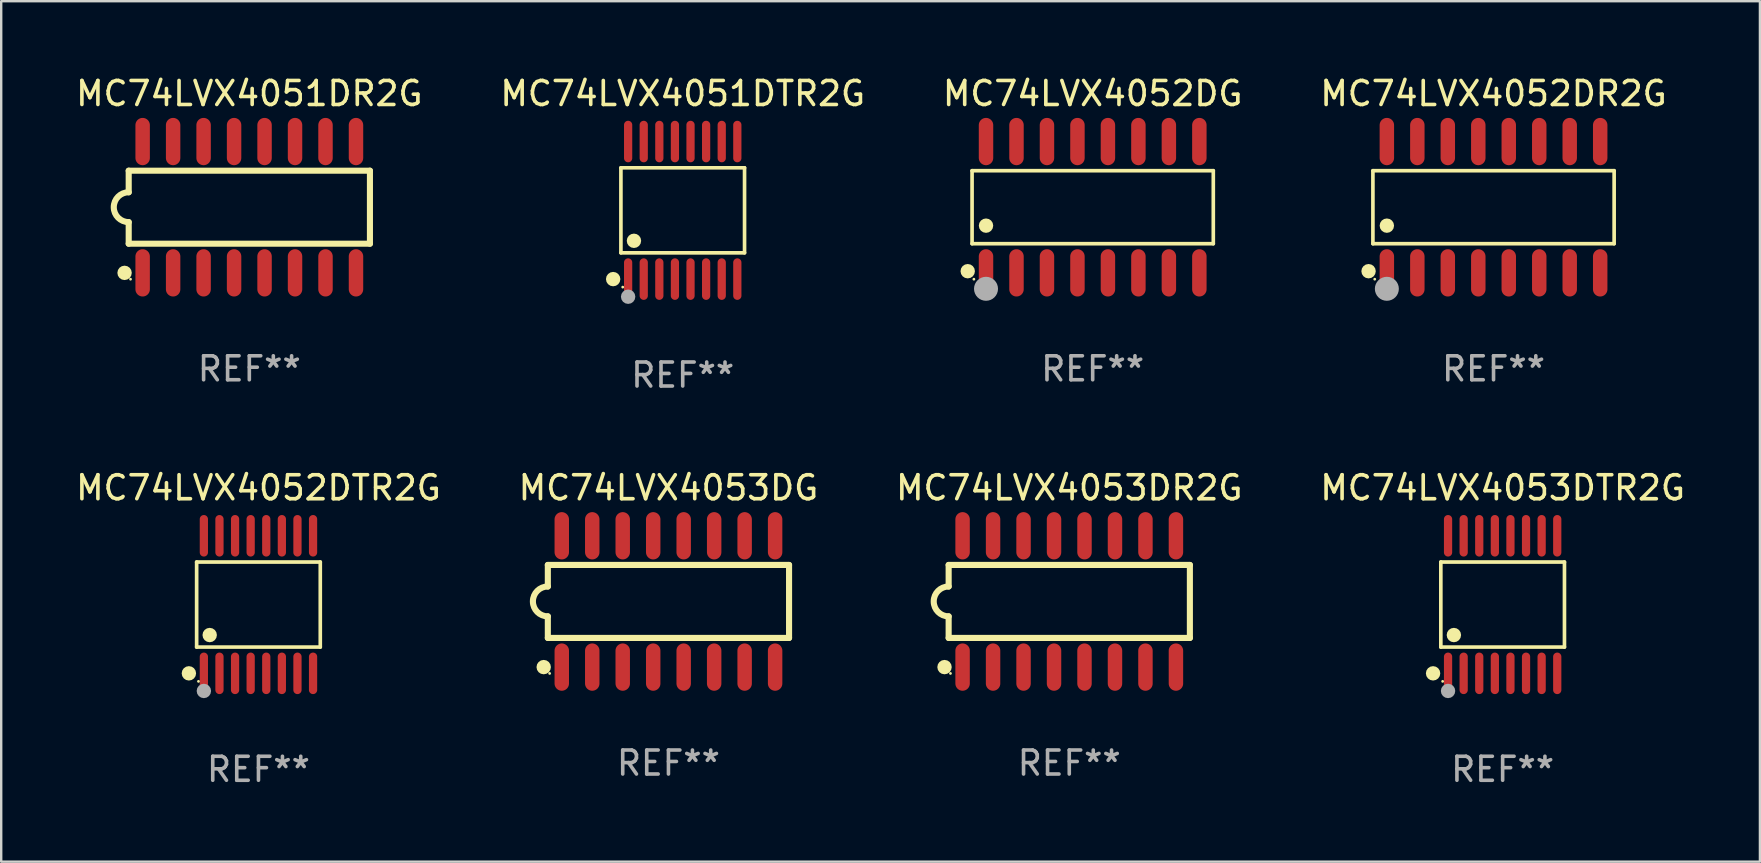
<source format=kicad_pcb>
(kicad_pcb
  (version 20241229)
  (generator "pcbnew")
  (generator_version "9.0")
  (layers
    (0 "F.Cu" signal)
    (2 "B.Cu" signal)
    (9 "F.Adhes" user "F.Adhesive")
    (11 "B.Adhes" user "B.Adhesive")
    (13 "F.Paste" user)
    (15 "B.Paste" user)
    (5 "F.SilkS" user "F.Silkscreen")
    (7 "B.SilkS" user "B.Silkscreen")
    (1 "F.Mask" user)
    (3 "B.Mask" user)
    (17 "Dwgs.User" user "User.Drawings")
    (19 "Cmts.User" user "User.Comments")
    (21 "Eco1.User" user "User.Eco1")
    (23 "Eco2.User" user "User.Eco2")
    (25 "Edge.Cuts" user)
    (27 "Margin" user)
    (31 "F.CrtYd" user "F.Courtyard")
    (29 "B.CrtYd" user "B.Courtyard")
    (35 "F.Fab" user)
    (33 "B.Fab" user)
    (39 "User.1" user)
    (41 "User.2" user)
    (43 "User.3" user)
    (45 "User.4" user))
  (footprint "MC74LVX4051DR2G"
    (layer "F.Cu")
    (at 7.339 5.584)
    (property "Reference" "MC74LVX4051DR2G" (at 0 -4.736 0) (layer "F.SilkS") (effects (font (size 1 1) (thickness 0.15))))
    (attr through_hole)
    (fp_line (start -5.026 -1.521) (end -5.026 -0.621) (stroke (width 0.254) (type solid)) (layer "F.SilkS"))
    (fp_line (start -5.026 -1.521) (end 5.026 -1.521) (stroke (width 0.254) (type solid)) (layer "F.SilkS"))
    (fp_line (start -5.026 1.521) (end -5.026 0.621) (stroke (width 0.254) (type solid)) (layer "F.SilkS"))
    (fp_line (start 5.026 -1.521) (end 5.026 1.521) (stroke (width 0.254) (type solid)) (layer "F.SilkS"))
    (fp_line (start 5.026 1.521) (end -5.026 1.521) (stroke (width 0.254) (type solid)) (layer "F.SilkS"))
    (fp_arc (start -5.026187 0.621387) (mid -5.647752 -0.000787) (end -5.025781 -0.622555) (stroke (width 0.254001) (type solid)) (layer "F.SilkS"))
    (fp_circle (center -5.198 2.736) (end -5.048 2.736) (stroke (width 0.3) (type solid)) (fill no) (layer "F.SilkS"))
    (fp_circle (center -4.95 3) (end -4.92 3) (stroke (width 0.06) (type solid)) (fill no) (layer "F.SilkS"))
    (fp_text user "REF**" (at 0 6.736 0) (layer "F.Fab") (effects (font (size 1 1) (thickness 0.15))))
    (pad "1" smd oval (at -4.445 2.736) (size 0.602 1.971) (layers "F.Cu" "F.Mask" "F.Paste"))
    (pad "2" smd oval (at -3.175 2.736) (size 0.602 1.971) (layers "F.Cu" "F.Mask" "F.Paste"))
    (pad "3" smd oval (at -1.905 2.736) (size 0.602 1.971) (layers "F.Cu" "F.Mask" "F.Paste"))
    (pad "4" smd oval (at -0.635 2.736) (size 0.602 1.971) (layers "F.Cu" "F.Mask" "F.Paste"))
    (pad "5" smd oval (at 0.635 2.736) (size 0.602 1.971) (layers "F.Cu" "F.Mask" "F.Paste"))
    (pad "6" smd oval (at 1.905 2.736) (size 0.602 1.971) (layers "F.Cu" "F.Mask" "F.Paste"))
    (pad "7" smd oval (at 3.175 2.736) (size 0.602 1.971) (layers "F.Cu" "F.Mask" "F.Paste"))
    (pad "8" smd oval (at 4.445 2.736) (size 0.602 1.971) (layers "F.Cu" "F.Mask" "F.Paste"))
    (pad "9" smd oval (at 4.445 -2.736) (size 0.602 1.971) (layers "F.Cu" "F.Mask" "F.Paste"))
    (pad "10" smd oval (at 3.175 -2.736) (size 0.602 1.971) (layers "F.Cu" "F.Mask" "F.Paste"))
    (pad "11" smd oval (at 1.905 -2.736) (size 0.602 1.971) (layers "F.Cu" "F.Mask" "F.Paste"))
    (pad "12" smd oval (at 0.635 -2.736) (size 0.602 1.971) (layers "F.Cu" "F.Mask" "F.Paste"))
    (pad "13" smd oval (at -0.635 -2.736) (size 0.602 1.971) (layers "F.Cu" "F.Mask" "F.Paste"))
    (pad "14" smd oval (at -1.905 -2.736) (size 0.602 1.971) (layers "F.Cu" "F.Mask" "F.Paste"))
    (pad "15" smd oval (at -3.175 -2.736) (size 0.602 1.971) (layers "F.Cu" "F.Mask" "F.Paste"))
    (pad "16" smd oval (at -4.445 -2.736) (size 0.602 1.971) (layers "F.Cu" "F.Mask" "F.Paste")))
  (footprint "MC74LVX4053DR2G"
    (layer "F.Cu")
    (at 41.506 22.012)
    (property "Reference" "MC74LVX4053DR2G" (at 0 -4.736 0) (layer "F.SilkS") (effects (font (size 1 1) (thickness 0.15))))
    (attr through_hole)
    (fp_line (start -5.026 -1.521) (end -5.026 -0.621) (stroke (width 0.254) (type solid)) (layer "F.SilkS"))
    (fp_line (start -5.026 -1.521) (end 5.026 -1.521) (stroke (width 0.254) (type solid)) (layer "F.SilkS"))
    (fp_line (start -5.026 1.521) (end -5.026 0.621) (stroke (width 0.254) (type solid)) (layer "F.SilkS"))
    (fp_line (start 5.026 -1.521) (end 5.026 1.521) (stroke (width 0.254) (type solid)) (layer "F.SilkS"))
    (fp_line (start 5.026 1.521) (end -5.026 1.521) (stroke (width 0.254) (type solid)) (layer "F.SilkS"))
    (fp_arc (start -5.026187 0.621387) (mid -5.647752 -0.000787) (end -5.025781 -0.622555) (stroke (width 0.254001) (type solid)) (layer "F.SilkS"))
    (fp_circle (center -5.198 2.736) (end -5.048 2.736) (stroke (width 0.3) (type solid)) (fill no) (layer "F.SilkS"))
    (fp_circle (center -4.95 3) (end -4.92 3) (stroke (width 0.06) (type solid)) (fill no) (layer "F.SilkS"))
    (fp_text user "REF**" (at 0 6.736 0) (layer "F.Fab") (effects (font (size 1 1) (thickness 0.15))))
    (pad "1" smd oval (at -4.445 2.736) (size 0.602 1.971) (layers "F.Cu" "F.Mask" "F.Paste"))
    (pad "2" smd oval (at -3.175 2.736) (size 0.602 1.971) (layers "F.Cu" "F.Mask" "F.Paste"))
    (pad "3" smd oval (at -1.905 2.736) (size 0.602 1.971) (layers "F.Cu" "F.Mask" "F.Paste"))
    (pad "4" smd oval (at -0.635 2.736) (size 0.602 1.971) (layers "F.Cu" "F.Mask" "F.Paste"))
    (pad "5" smd oval (at 0.635 2.736) (size 0.602 1.971) (layers "F.Cu" "F.Mask" "F.Paste"))
    (pad "6" smd oval (at 1.905 2.736) (size 0.602 1.971) (layers "F.Cu" "F.Mask" "F.Paste"))
    (pad "7" smd oval (at 3.175 2.736) (size 0.602 1.971) (layers "F.Cu" "F.Mask" "F.Paste"))
    (pad "8" smd oval (at 4.445 2.736) (size 0.602 1.971) (layers "F.Cu" "F.Mask" "F.Paste"))
    (pad "9" smd oval (at 4.445 -2.736) (size 0.602 1.971) (layers "F.Cu" "F.Mask" "F.Paste"))
    (pad "10" smd oval (at 3.175 -2.736) (size 0.602 1.971) (layers "F.Cu" "F.Mask" "F.Paste"))
    (pad "11" smd oval (at 1.905 -2.736) (size 0.602 1.971) (layers "F.Cu" "F.Mask" "F.Paste"))
    (pad "12" smd oval (at 0.635 -2.736) (size 0.602 1.971) (layers "F.Cu" "F.Mask" "F.Paste"))
    (pad "13" smd oval (at -0.635 -2.736) (size 0.602 1.971) (layers "F.Cu" "F.Mask" "F.Paste"))
    (pad "14" smd oval (at -1.905 -2.736) (size 0.602 1.971) (layers "F.Cu" "F.Mask" "F.Paste"))
    (pad "15" smd oval (at -3.175 -2.736) (size 0.602 1.971) (layers "F.Cu" "F.Mask" "F.Paste"))
    (pad "16" smd oval (at -4.445 -2.736) (size 0.602 1.971) (layers "F.Cu" "F.Mask" "F.Paste")))
  (footprint "MC74LVX4053DG"
    (layer "F.Cu")
    (at 24.804 22.012)
    (property "Reference" "MC74LVX4053DG" (at 0 -4.736 0) (layer "F.SilkS") (effects (font (size 1 1) (thickness 0.15))))
    (attr through_hole)
    (fp_line (start -5.026 -1.521) (end -5.026 -0.621) (stroke (width 0.254) (type solid)) (layer "F.SilkS"))
    (fp_line (start -5.026 -1.521) (end 5.026 -1.521) (stroke (width 0.254) (type solid)) (layer "F.SilkS"))
    (fp_line (start -5.026 1.521) (end -5.026 0.621) (stroke (width 0.254) (type solid)) (layer "F.SilkS"))
    (fp_line (start 5.026 -1.521) (end 5.026 1.521) (stroke (width 0.254) (type solid)) (layer "F.SilkS"))
    (fp_line (start 5.026 1.521) (end -5.026 1.521) (stroke (width 0.254) (type solid)) (layer "F.SilkS"))
    (fp_arc (start -5.026187 0.621387) (mid -5.647752 -0.000787) (end -5.025781 -0.622555) (stroke (width 0.254001) (type solid)) (layer "F.SilkS"))
    (fp_circle (center -5.198 2.736) (end -5.048 2.736) (stroke (width 0.3) (type solid)) (fill no) (layer "F.SilkS"))
    (fp_circle (center -4.95 3) (end -4.92 3) (stroke (width 0.06) (type solid)) (fill no) (layer "F.SilkS"))
    (fp_text user "REF**" (at 0 6.736 0) (layer "F.Fab") (effects (font (size 1 1) (thickness 0.15))))
    (pad "1" smd oval (at -4.445 2.736) (size 0.602 1.971) (layers "F.Cu" "F.Mask" "F.Paste"))
    (pad "2" smd oval (at -3.175 2.736) (size 0.602 1.971) (layers "F.Cu" "F.Mask" "F.Paste"))
    (pad "3" smd oval (at -1.905 2.736) (size 0.602 1.971) (layers "F.Cu" "F.Mask" "F.Paste"))
    (pad "4" smd oval (at -0.635 2.736) (size 0.602 1.971) (layers "F.Cu" "F.Mask" "F.Paste"))
    (pad "5" smd oval (at 0.635 2.736) (size 0.602 1.971) (layers "F.Cu" "F.Mask" "F.Paste"))
    (pad "6" smd oval (at 1.905 2.736) (size 0.602 1.971) (layers "F.Cu" "F.Mask" "F.Paste"))
    (pad "7" smd oval (at 3.175 2.736) (size 0.602 1.971) (layers "F.Cu" "F.Mask" "F.Paste"))
    (pad "8" smd oval (at 4.445 2.736) (size 0.602 1.971) (layers "F.Cu" "F.Mask" "F.Paste"))
    (pad "9" smd oval (at 4.445 -2.736) (size 0.602 1.971) (layers "F.Cu" "F.Mask" "F.Paste"))
    (pad "10" smd oval (at 3.175 -2.736) (size 0.602 1.971) (layers "F.Cu" "F.Mask" "F.Paste"))
    (pad "11" smd oval (at 1.905 -2.736) (size 0.602 1.971) (layers "F.Cu" "F.Mask" "F.Paste"))
    (pad "12" smd oval (at 0.635 -2.736) (size 0.602 1.971) (layers "F.Cu" "F.Mask" "F.Paste"))
    (pad "13" smd oval (at -0.635 -2.736) (size 0.602 1.971) (layers "F.Cu" "F.Mask" "F.Paste"))
    (pad "14" smd oval (at -1.905 -2.736) (size 0.602 1.971) (layers "F.Cu" "F.Mask" "F.Paste"))
    (pad "15" smd oval (at -3.175 -2.736) (size 0.602 1.971) (layers "F.Cu" "F.Mask" "F.Paste"))
    (pad "16" smd oval (at -4.445 -2.736) (size 0.602 1.971) (layers "F.Cu" "F.Mask" "F.Paste")))
  (footprint "MC74LVX4053DTR2G"
    (layer "F.Cu")
    (at 59.565 22.142)
    (property "Reference" "MC74LVX4053DTR2G" (at 0 -4.866 0) (layer "F.SilkS") (effects (font (size 1 1) (thickness 0.15))))
    (attr through_hole)
    (fp_line (start -2.576 -1.772) (end 2.576 -1.772) (stroke (width 0.152) (type solid)) (layer "F.SilkS"))
    (fp_line (start -2.576 1.771) (end -2.576 -1.772) (stroke (width 0.152) (type solid)) (layer "F.SilkS"))
    (fp_line (start 2.576 -1.772) (end 2.576 1.771) (stroke (width 0.152) (type solid)) (layer "F.SilkS"))
    (fp_line (start 2.576 1.771) (end -2.576 1.771) (stroke (width 0.152) (type solid)) (layer "F.SilkS"))
    (fp_circle (center -2.899 2.866) (end -2.749 2.866) (stroke (width 0.3) (type solid)) (fill no) (layer "F.SilkS"))
    (fp_circle (center -2.5 3.2) (end -2.47 3.2) (stroke (width 0.06) (type solid)) (fill no) (layer "F.SilkS"))
    (fp_circle (center -2.032 1.27) (end -1.882 1.27) (stroke (width 0.3) (type solid)) (fill no) (layer "F.SilkS"))
    (fp_circle (center -2.275 3.6) (end -2.125 3.6) (stroke (width 0.3) (type solid)) (fill no) (layer "F.Fab"))
    (fp_text user "REF**" (at 0 6.866 0) (layer "F.Fab") (effects (font (size 1 1) (thickness 0.15))))
    (pad "1" smd oval (at -2.275 2.866) (size 0.343 1.731) (layers "F.Cu" "F.Mask" "F.Paste"))
    (pad "2" smd oval (at -1.625 2.866) (size 0.343 1.731) (layers "F.Cu" "F.Mask" "F.Paste"))
    (pad "3" smd oval (at -0.975 2.866) (size 0.343 1.731) (layers "F.Cu" "F.Mask" "F.Paste"))
    (pad "4" smd oval (at -0.325 2.866) (size 0.343 1.731) (layers "F.Cu" "F.Mask" "F.Paste"))
    (pad "5" smd oval (at 0.325 2.866) (size 0.343 1.731) (layers "F.Cu" "F.Mask" "F.Paste"))
    (pad "6" smd oval (at 0.975 2.866) (size 0.343 1.731) (layers "F.Cu" "F.Mask" "F.Paste"))
    (pad "7" smd oval (at 1.625 2.866) (size 0.343 1.731) (layers "F.Cu" "F.Mask" "F.Paste"))
    (pad "8" smd oval (at 2.275 2.866) (size 0.343 1.731) (layers "F.Cu" "F.Mask" "F.Paste"))
    (pad "9" smd oval (at 2.275 -2.866) (size 0.343 1.731) (layers "F.Cu" "F.Mask" "F.Paste"))
    (pad "10" smd oval (at 1.625 -2.866) (size 0.343 1.731) (layers "F.Cu" "F.Mask" "F.Paste"))
    (pad "11" smd oval (at 0.975 -2.866) (size 0.343 1.731) (layers "F.Cu" "F.Mask" "F.Paste"))
    (pad "12" smd oval (at 0.325 -2.866) (size 0.343 1.731) (layers "F.Cu" "F.Mask" "F.Paste"))
    (pad "13" smd oval (at -0.325 -2.866) (size 0.343 1.731) (layers "F.Cu" "F.Mask" "F.Paste"))
    (pad "14" smd oval (at -0.975 -2.866) (size 0.343 1.731) (layers "F.Cu" "F.Mask" "F.Paste"))
    (pad "15" smd oval (at -1.625 -2.866) (size 0.343 1.731) (layers "F.Cu" "F.Mask" "F.Paste"))
    (pad "16" smd oval (at -2.275 -2.866) (size 0.343 1.731) (layers "F.Cu" "F.Mask" "F.Paste")))
  (footprint "MC74LVX4052DG"
    (layer "F.Cu")
    (at 42.482 5.584)
    (property "Reference" "MC74LVX4052DG" (at 0 -4.736 0) (layer "F.SilkS") (effects (font (size 1 1) (thickness 0.15))))
    (attr through_hole)
    (fp_line (start -5.026 -1.521) (end 5.026 -1.521) (stroke (width 0.152) (type solid)) (layer "F.SilkS"))
    (fp_line (start -5.026 1.521) (end -5.026 -1.521) (stroke (width 0.152) (type solid)) (layer "F.SilkS"))
    (fp_line (start 5.026 -1.521) (end 5.026 1.521) (stroke (width 0.152) (type solid)) (layer "F.SilkS"))
    (fp_line (start 5.026 1.521) (end -5.026 1.521) (stroke (width 0.152) (type solid)) (layer "F.SilkS"))
    (fp_circle (center -5.207 2.667) (end -5.057 2.667) (stroke (width 0.3) (type solid)) (fill no) (layer "F.SilkS"))
    (fp_circle (center -4.95 3) (end -4.92 3) (stroke (width 0.06) (type solid)) (fill no) (layer "F.SilkS"))
    (fp_circle (center -4.445 0.769) (end -4.295 0.769) (stroke (width 0.3) (type solid)) (fill no) (layer "F.SilkS"))
    (fp_circle (center -4.445 3.4) (end -4.195 3.4) (stroke (width 0.5) (type solid)) (fill no) (layer "F.Fab"))
    (fp_text user "REF**" (at 0 6.736 0) (layer "F.Fab") (effects (font (size 1 1) (thickness 0.15))))
    (pad "1" smd oval (at -4.445 2.736) (size 0.602 1.971) (layers "F.Cu" "F.Mask" "F.Paste"))
    (pad "2" smd oval (at -3.175 2.736) (size 0.602 1.971) (layers "F.Cu" "F.Mask" "F.Paste"))
    (pad "3" smd oval (at -1.905 2.736) (size 0.602 1.971) (layers "F.Cu" "F.Mask" "F.Paste"))
    (pad "4" smd oval (at -0.635 2.736) (size 0.602 1.971) (layers "F.Cu" "F.Mask" "F.Paste"))
    (pad "5" smd oval (at 0.635 2.736) (size 0.602 1.971) (layers "F.Cu" "F.Mask" "F.Paste"))
    (pad "6" smd oval (at 1.905 2.736) (size 0.602 1.971) (layers "F.Cu" "F.Mask" "F.Paste"))
    (pad "7" smd oval (at 3.175 2.736) (size 0.602 1.971) (layers "F.Cu" "F.Mask" "F.Paste"))
    (pad "8" smd oval (at 4.445 2.736) (size 0.602 1.971) (layers "F.Cu" "F.Mask" "F.Paste"))
    (pad "9" smd oval (at 4.445 -2.736) (size 0.602 1.971) (layers "F.Cu" "F.Mask" "F.Paste"))
    (pad "10" smd oval (at 3.175 -2.736) (size 0.602 1.971) (layers "F.Cu" "F.Mask" "F.Paste"))
    (pad "11" smd oval (at 1.905 -2.736) (size 0.602 1.971) (layers "F.Cu" "F.Mask" "F.Paste"))
    (pad "12" smd oval (at 0.635 -2.736) (size 0.602 1.971) (layers "F.Cu" "F.Mask" "F.Paste"))
    (pad "13" smd oval (at -0.635 -2.736) (size 0.602 1.971) (layers "F.Cu" "F.Mask" "F.Paste"))
    (pad "14" smd oval (at -1.905 -2.736) (size 0.602 1.971) (layers "F.Cu" "F.Mask" "F.Paste"))
    (pad "15" smd oval (at -3.175 -2.736) (size 0.602 1.971) (layers "F.Cu" "F.Mask" "F.Paste"))
    (pad "16" smd oval (at -4.445 -2.736) (size 0.602 1.971) (layers "F.Cu" "F.Mask" "F.Paste")))
  (footprint "MC74LVX4052DTR2G"
    (layer "F.Cu")
    (at 7.72 22.142)
    (property "Reference" "MC74LVX4052DTR2G" (at 0 -4.866 0) (layer "F.SilkS") (effects (font (size 1 1) (thickness 0.15))))
    (attr through_hole)
    (fp_line (start -2.576 -1.772) (end 2.576 -1.772) (stroke (width 0.152) (type solid)) (layer "F.SilkS"))
    (fp_line (start -2.576 1.771) (end -2.576 -1.772) (stroke (width 0.152) (type solid)) (layer "F.SilkS"))
    (fp_line (start 2.576 -1.772) (end 2.576 1.771) (stroke (width 0.152) (type solid)) (layer "F.SilkS"))
    (fp_line (start 2.576 1.771) (end -2.576 1.771) (stroke (width 0.152) (type solid)) (layer "F.SilkS"))
    (fp_circle (center -2.899 2.866) (end -2.749 2.866) (stroke (width 0.3) (type solid)) (fill no) (layer "F.SilkS"))
    (fp_circle (center -2.5 3.2) (end -2.47 3.2) (stroke (width 0.06) (type solid)) (fill no) (layer "F.SilkS"))
    (fp_circle (center -2.032 1.27) (end -1.882 1.27) (stroke (width 0.3) (type solid)) (fill no) (layer "F.SilkS"))
    (fp_circle (center -2.275 3.6) (end -2.125 3.6) (stroke (width 0.3) (type solid)) (fill no) (layer "F.Fab"))
    (fp_text user "REF**" (at 0 6.866 0) (layer "F.Fab") (effects (font (size 1 1) (thickness 0.15))))
    (pad "1" smd oval (at -2.275 2.866) (size 0.343 1.731) (layers "F.Cu" "F.Mask" "F.Paste"))
    (pad "2" smd oval (at -1.625 2.866) (size 0.343 1.731) (layers "F.Cu" "F.Mask" "F.Paste"))
    (pad "3" smd oval (at -0.975 2.866) (size 0.343 1.731) (layers "F.Cu" "F.Mask" "F.Paste"))
    (pad "4" smd oval (at -0.325 2.866) (size 0.343 1.731) (layers "F.Cu" "F.Mask" "F.Paste"))
    (pad "5" smd oval (at 0.325 2.866) (size 0.343 1.731) (layers "F.Cu" "F.Mask" "F.Paste"))
    (pad "6" smd oval (at 0.975 2.866) (size 0.343 1.731) (layers "F.Cu" "F.Mask" "F.Paste"))
    (pad "7" smd oval (at 1.625 2.866) (size 0.343 1.731) (layers "F.Cu" "F.Mask" "F.Paste"))
    (pad "8" smd oval (at 2.275 2.866) (size 0.343 1.731) (layers "F.Cu" "F.Mask" "F.Paste"))
    (pad "9" smd oval (at 2.275 -2.866) (size 0.343 1.731) (layers "F.Cu" "F.Mask" "F.Paste"))
    (pad "10" smd oval (at 1.625 -2.866) (size 0.343 1.731) (layers "F.Cu" "F.Mask" "F.Paste"))
    (pad "11" smd oval (at 0.975 -2.866) (size 0.343 1.731) (layers "F.Cu" "F.Mask" "F.Paste"))
    (pad "12" smd oval (at 0.325 -2.866) (size 0.343 1.731) (layers "F.Cu" "F.Mask" "F.Paste"))
    (pad "13" smd oval (at -0.325 -2.866) (size 0.343 1.731) (layers "F.Cu" "F.Mask" "F.Paste"))
    (pad "14" smd oval (at -0.975 -2.866) (size 0.343 1.731) (layers "F.Cu" "F.Mask" "F.Paste"))
    (pad "15" smd oval (at -1.625 -2.866) (size 0.343 1.731) (layers "F.Cu" "F.Mask" "F.Paste"))
    (pad "16" smd oval (at -2.275 -2.866) (size 0.343 1.731) (layers "F.Cu" "F.Mask" "F.Paste")))
  (footprint "MC74LVX4051DTR2G"
    (layer "F.Cu")
    (at 25.399 5.714)
    (property "Reference" "MC74LVX4051DTR2G" (at 0 -4.866 0) (layer "F.SilkS") (effects (font (size 1 1) (thickness 0.15))))
    (attr through_hole)
    (fp_line (start -2.576 -1.772) (end 2.576 -1.772) (stroke (width 0.152) (type solid)) (layer "F.SilkS"))
    (fp_line (start -2.576 1.771) (end -2.576 -1.772) (stroke (width 0.152) (type solid)) (layer "F.SilkS"))
    (fp_line (start 2.576 -1.772) (end 2.576 1.771) (stroke (width 0.152) (type solid)) (layer "F.SilkS"))
    (fp_line (start 2.576 1.771) (end -2.576 1.771) (stroke (width 0.152) (type solid)) (layer "F.SilkS"))
    (fp_circle (center -2.899 2.866) (end -2.749 2.866) (stroke (width 0.3) (type solid)) (fill no) (layer "F.SilkS"))
    (fp_circle (center -2.5 3.2) (end -2.47 3.2) (stroke (width 0.06) (type solid)) (fill no) (layer "F.SilkS"))
    (fp_circle (center -2.032 1.27) (end -1.882 1.27) (stroke (width 0.3) (type solid)) (fill no) (layer "F.SilkS"))
    (fp_circle (center -2.275 3.6) (end -2.125 3.6) (stroke (width 0.3) (type solid)) (fill no) (layer "F.Fab"))
    (fp_text user "REF**" (at 0 6.866 0) (layer "F.Fab") (effects (font (size 1 1) (thickness 0.15))))
    (pad "1" smd oval (at -2.275 2.866) (size 0.343 1.731) (layers "F.Cu" "F.Mask" "F.Paste"))
    (pad "2" smd oval (at -1.625 2.866) (size 0.343 1.731) (layers "F.Cu" "F.Mask" "F.Paste"))
    (pad "3" smd oval (at -0.975 2.866) (size 0.343 1.731) (layers "F.Cu" "F.Mask" "F.Paste"))
    (pad "4" smd oval (at -0.325 2.866) (size 0.343 1.731) (layers "F.Cu" "F.Mask" "F.Paste"))
    (pad "5" smd oval (at 0.325 2.866) (size 0.343 1.731) (layers "F.Cu" "F.Mask" "F.Paste"))
    (pad "6" smd oval (at 0.975 2.866) (size 0.343 1.731) (layers "F.Cu" "F.Mask" "F.Paste"))
    (pad "7" smd oval (at 1.625 2.866) (size 0.343 1.731) (layers "F.Cu" "F.Mask" "F.Paste"))
    (pad "8" smd oval (at 2.275 2.866) (size 0.343 1.731) (layers "F.Cu" "F.Mask" "F.Paste"))
    (pad "9" smd oval (at 2.275 -2.866) (size 0.343 1.731) (layers "F.Cu" "F.Mask" "F.Paste"))
    (pad "10" smd oval (at 1.625 -2.866) (size 0.343 1.731) (layers "F.Cu" "F.Mask" "F.Paste"))
    (pad "11" smd oval (at 0.975 -2.866) (size 0.343 1.731) (layers "F.Cu" "F.Mask" "F.Paste"))
    (pad "12" smd oval (at 0.325 -2.866) (size 0.343 1.731) (layers "F.Cu" "F.Mask" "F.Paste"))
    (pad "13" smd oval (at -0.325 -2.866) (size 0.343 1.731) (layers "F.Cu" "F.Mask" "F.Paste"))
    (pad "14" smd oval (at -0.975 -2.866) (size 0.343 1.731) (layers "F.Cu" "F.Mask" "F.Paste"))
    (pad "15" smd oval (at -1.625 -2.866) (size 0.343 1.731) (layers "F.Cu" "F.Mask" "F.Paste"))
    (pad "16" smd oval (at -2.275 -2.866) (size 0.343 1.731) (layers "F.Cu" "F.Mask" "F.Paste")))
  (footprint "MC74LVX4052DR2G"
    (layer "F.Cu")
    (at 59.185 5.584)
    (property "Reference" "MC74LVX4052DR2G" (at 0 -4.736 0) (layer "F.SilkS") (effects (font (size 1 1) (thickness 0.15))))
    (attr through_hole)
    (fp_line (start -5.026 -1.521) (end 5.026 -1.521) (stroke (width 0.152) (type solid)) (layer "F.SilkS"))
    (fp_line (start -5.026 1.521) (end -5.026 -1.521) (stroke (width 0.152) (type solid)) (layer "F.SilkS"))
    (fp_line (start 5.026 -1.521) (end 5.026 1.521) (stroke (width 0.152) (type solid)) (layer "F.SilkS"))
    (fp_line (start 5.026 1.521) (end -5.026 1.521) (stroke (width 0.152) (type solid)) (layer "F.SilkS"))
    (fp_circle (center -5.207 2.667) (end -5.057 2.667) (stroke (width 0.3) (type solid)) (fill no) (layer "F.SilkS"))
    (fp_circle (center -4.95 3) (end -4.92 3) (stroke (width 0.06) (type solid)) (fill no) (layer "F.SilkS"))
    (fp_circle (center -4.445 0.769) (end -4.295 0.769) (stroke (width 0.3) (type solid)) (fill no) (layer "F.SilkS"))
    (fp_circle (center -4.445 3.4) (end -4.195 3.4) (stroke (width 0.5) (type solid)) (fill no) (layer "F.Fab"))
    (fp_text user "REF**" (at 0 6.736 0) (layer "F.Fab") (effects (font (size 1 1) (thickness 0.15))))
    (pad "1" smd oval (at -4.445 2.736) (size 0.602 1.971) (layers "F.Cu" "F.Mask" "F.Paste"))
    (pad "2" smd oval (at -3.175 2.736) (size 0.602 1.971) (layers "F.Cu" "F.Mask" "F.Paste"))
    (pad "3" smd oval (at -1.905 2.736) (size 0.602 1.971) (layers "F.Cu" "F.Mask" "F.Paste"))
    (pad "4" smd oval (at -0.635 2.736) (size 0.602 1.971) (layers "F.Cu" "F.Mask" "F.Paste"))
    (pad "5" smd oval (at 0.635 2.736) (size 0.602 1.971) (layers "F.Cu" "F.Mask" "F.Paste"))
    (pad "6" smd oval (at 1.905 2.736) (size 0.602 1.971) (layers "F.Cu" "F.Mask" "F.Paste"))
    (pad "7" smd oval (at 3.175 2.736) (size 0.602 1.971) (layers "F.Cu" "F.Mask" "F.Paste"))
    (pad "8" smd oval (at 4.445 2.736) (size 0.602 1.971) (layers "F.Cu" "F.Mask" "F.Paste"))
    (pad "9" smd oval (at 4.445 -2.736) (size 0.602 1.971) (layers "F.Cu" "F.Mask" "F.Paste"))
    (pad "10" smd oval (at 3.175 -2.736) (size 0.602 1.971) (layers "F.Cu" "F.Mask" "F.Paste"))
    (pad "11" smd oval (at 1.905 -2.736) (size 0.602 1.971) (layers "F.Cu" "F.Mask" "F.Paste"))
    (pad "12" smd oval (at 0.635 -2.736) (size 0.602 1.971) (layers "F.Cu" "F.Mask" "F.Paste"))
    (pad "13" smd oval (at -0.635 -2.736) (size 0.602 1.971) (layers "F.Cu" "F.Mask" "F.Paste"))
    (pad "14" smd oval (at -1.905 -2.736) (size 0.602 1.971) (layers "F.Cu" "F.Mask" "F.Paste"))
    (pad "15" smd oval (at -3.175 -2.736) (size 0.602 1.971) (layers "F.Cu" "F.Mask" "F.Paste"))
    (pad "16" smd oval (at -4.445 -2.736) (size 0.602 1.971) (layers "F.Cu" "F.Mask" "F.Paste")))
  (gr_rect
    (start -3 -3)
    (end 70.286 32.856)
    (stroke (width 0.1) (type default))
    (fill no)
    (layer "Edge.Cuts")))
</source>
